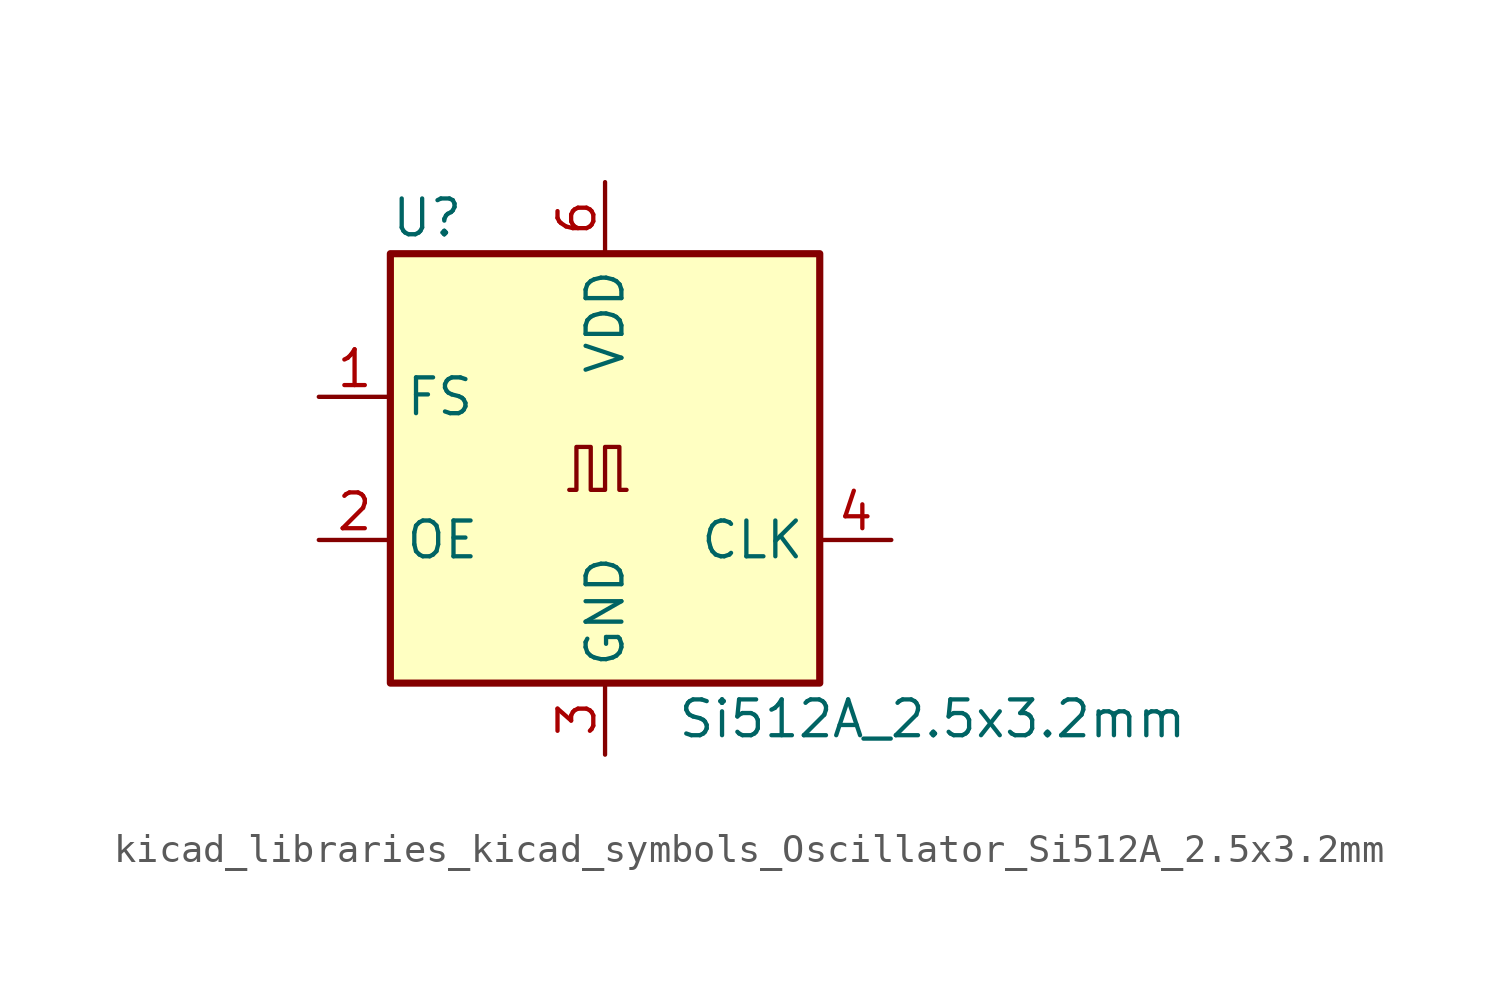
<source format=kicad_sym>
(kicad_symbol_lib
  (version 20220914)
  (generator kicad_symbol_editor)
  (symbol "kicad_libraries_kicad_symbols_Oscillator_Si512A_2.5x3.2mm"
    (property "Reference" "U"
      (at -7.62 8.89 0)
      (effects (font (size 1.27 1.27)) (justify left)))
    (property "Value" "Si512A_2.5x3.2mm"
      (at 2.54 -8.89 0)
      (effects (font (size 1.27 1.27)) (justify left)))
    (symbol "kicad_libraries_kicad_symbols_Oscillator_Si512A_2.5x3.2mm_0_1"
      (rectangle (start -7.62 7.62) (end 7.62 -7.62) (stroke (width 0.254) (type default)) (fill (type background)))
      (polyline (pts (xy -1.27 -0.762) (xy -1.016 -0.762) (xy -1.016 0.762) (xy -0.508 0.762) (xy -0.508 -0.762) (xy 0 -0.762) (xy 0 0.762) (xy 0.508 0.762) (xy 0.508 -0.762) (xy 0.762 -0.762)) (stroke (width 0) (type default)) (fill (type none))))
    (symbol "kicad_libraries_kicad_symbols_Oscillator_Si512A_2.5x3.2mm_1_1"
      (pin input line (at -10.16 2.54 0) (length 2.54) (name "FS" (effects (font (size 1.27 1.27)))) (number "1" (effects (font (size 1.27 1.27)))))
      (pin input line (at -10.16 -2.54 0) (length 2.54) (name "OE" (effects (font (size 1.27 1.27)))) (number "2" (effects (font (size 1.27 1.27)))))
      (pin power_in line (at 0 -10.16 90) (length 2.54) (name "GND" (effects (font (size 1.27 1.27)))) (number "3" (effects (font (size 1.27 1.27)))))
      (pin output line (at 10.16 -2.54 180) (length 2.54) (name "CLK" (effects (font (size 1.27 1.27)))) (number "4" (effects (font (size 1.27 1.27)))))
      (pin no_connect line (at 7.62 2.54 180) (length 2.54) hide (name "NC" (effects (font (size 1.27 1.27)))) (number "5" (effects (font (size 1.27 1.27)))))
      (pin power_in line (at 0 10.16 270) (length 2.54) (name "VDD" (effects (font (size 1.27 1.27)))) (number "6" (effects (font (size 1.27 1.27))))))))
</source>
